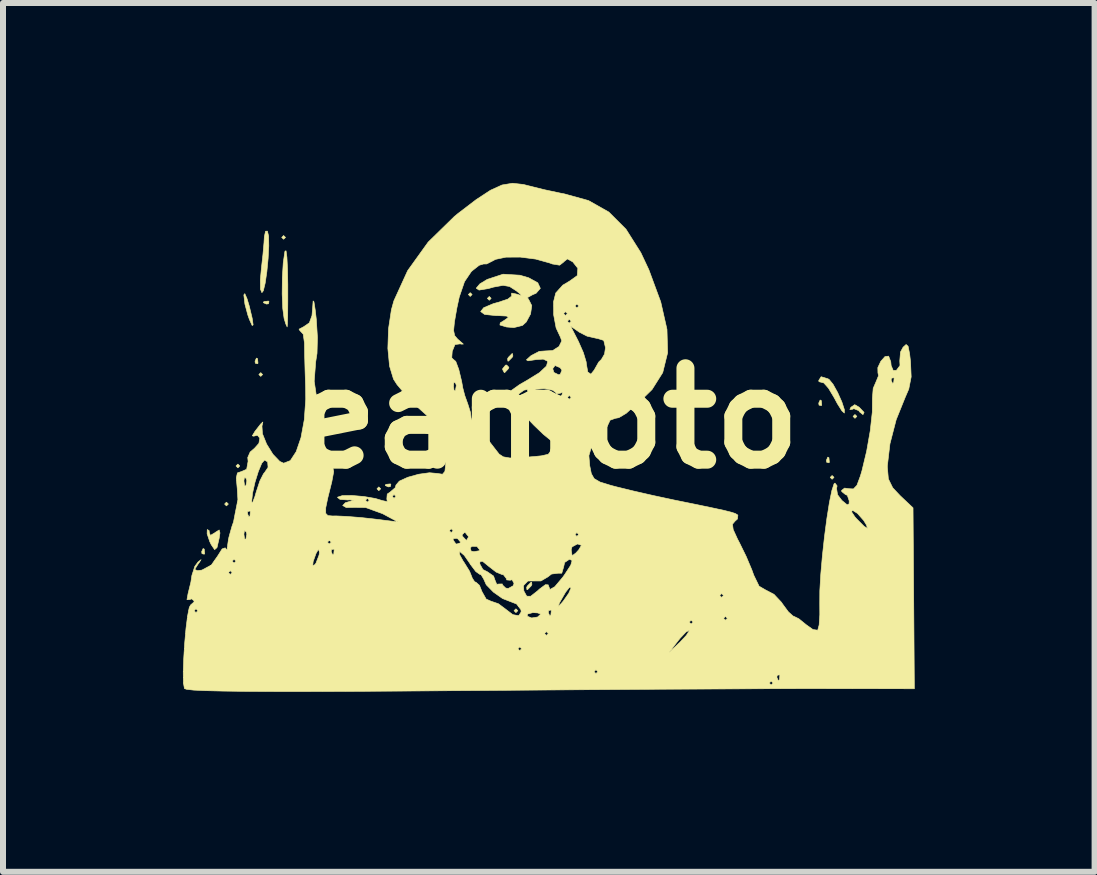
<source format=kicad_pcb>
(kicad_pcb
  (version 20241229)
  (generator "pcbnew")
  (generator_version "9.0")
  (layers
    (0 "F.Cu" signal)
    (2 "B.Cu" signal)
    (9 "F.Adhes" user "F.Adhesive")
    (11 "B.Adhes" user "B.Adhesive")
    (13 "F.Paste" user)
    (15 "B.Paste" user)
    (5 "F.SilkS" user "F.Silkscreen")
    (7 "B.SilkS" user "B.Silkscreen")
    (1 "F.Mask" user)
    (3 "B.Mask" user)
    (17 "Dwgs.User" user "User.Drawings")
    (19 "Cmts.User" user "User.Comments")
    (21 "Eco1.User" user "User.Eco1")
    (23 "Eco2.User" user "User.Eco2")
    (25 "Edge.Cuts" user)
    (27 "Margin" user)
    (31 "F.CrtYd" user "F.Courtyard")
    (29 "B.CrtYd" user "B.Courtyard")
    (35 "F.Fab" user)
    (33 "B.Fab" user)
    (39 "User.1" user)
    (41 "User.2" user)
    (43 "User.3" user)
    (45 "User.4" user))
  (footprint "eamoto"
    (layer "F.Cu")
    (at 6.091 3.924)
    (property "Reference" "eamoto" (at 0 0 0) (layer "F.SilkS") (effects (font (size 1.524 1.524) (thickness 0.3))))
    (attr through_hole)
    (fp_poly (pts (xy -5.334 1.429) (xy -5.366 1.46) (xy -5.397 1.429) (xy -5.366 1.397) (xy -5.334 1.429)) (stroke (width 0.01) (type solid)) (fill yes) (layer "F.SilkS"))
    (fp_poly (pts (xy -5.144 0.794) (xy -5.175 0.826) (xy -5.207 0.794) (xy -5.175 0.762) (xy -5.144 0.794)) (stroke (width 0.01) (type solid)) (fill yes) (layer "F.SilkS"))
    (fp_poly (pts (xy -4.763 -0.73) (xy -4.794 -0.699) (xy -4.826 -0.73) (xy -4.794 -0.762) (xy -4.763 -0.73)) (stroke (width 0.01) (type solid)) (fill yes) (layer "F.SilkS"))
    (fp_poly (pts (xy -4.381 -3.016) (xy -4.413 -2.985) (xy -4.445 -3.016) (xy -4.413 -3.048) (xy -4.381 -3.016)) (stroke (width 0.01) (type solid)) (fill yes) (layer "F.SilkS"))
    (fp_poly (pts (xy -2.794 1.175) (xy -2.826 1.206) (xy -2.857 1.175) (xy -2.826 1.143) (xy -2.794 1.175)) (stroke (width 0.01) (type solid)) (fill yes) (layer "F.SilkS"))
    (fp_poly (pts (xy -1.27 -2.064) (xy -1.302 -2.032) (xy -1.333 -2.064) (xy -1.302 -2.095) (xy -1.27 -2.064)) (stroke (width 0.01) (type solid)) (fill yes) (layer "F.SilkS"))
    (fp_poly (pts (xy -1.143 0.032) (xy -1.175 0.064) (xy -1.206 0.032) (xy -1.175 0) (xy -1.143 0.032)) (stroke (width 0.01) (type solid)) (fill yes) (layer "F.SilkS"))
    (fp_poly (pts (xy -0.953 -2) (xy -0.984 -1.968) (xy -1.016 -2) (xy -0.984 -2.032) (xy -0.953 -2)) (stroke (width 0.01) (type solid)) (fill yes) (layer "F.SilkS"))
    (fp_poly (pts (xy -0.508 0.54) (xy -0.54 0.572) (xy -0.572 0.54) (xy -0.54 0.508) (xy -0.508 0.54)) (stroke (width 0.01) (type solid)) (fill yes) (layer "F.SilkS"))
    (fp_poly (pts (xy -0.508 3.207) (xy -0.54 3.239) (xy -0.572 3.207) (xy -0.54 3.175) (xy -0.508 3.207)) (stroke (width 0.01) (type solid)) (fill yes) (layer "F.SilkS"))
    (fp_poly (pts (xy 4.763 0.984) (xy 4.731 1.016) (xy 4.699 0.984) (xy 4.731 0.953) (xy 4.763 0.984)) (stroke (width 0.01) (type solid)) (fill yes) (layer "F.SilkS"))
    (fp_poly (pts (xy 5.144 -0.032) (xy 5.112 0) (xy 5.08 -0.032) (xy 5.112 -0.064) (xy 5.144 -0.032)) (stroke (width 0.01) (type solid)) (fill yes) (layer "F.SilkS"))
    (fp_poly (pts (xy -5.736 2.18) (xy -5.729 2.256) (xy -5.736 2.265) (xy -5.774 2.256) (xy -5.779 2.223) (xy -5.755 2.17) (xy -5.736 2.18)) (stroke (width 0.01) (type solid)) (fill yes) (layer "F.SilkS"))
    (fp_poly (pts (xy -4.847 -0.995) (xy -4.84 -0.919) (xy -4.847 -0.91) (xy -4.885 -0.919) (xy -4.889 -0.953) (xy -4.866 -1.005) (xy -4.847 -0.995)) (stroke (width 0.01) (type solid)) (fill yes) (layer "F.SilkS"))
    (fp_poly (pts (xy -4.657 -1.947) (xy -4.665 -1.91) (xy -4.699 -1.905) (xy -4.751 -1.928) (xy -4.741 -1.947) (xy -4.666 -1.955) (xy -4.657 -1.947)) (stroke (width 0.01) (type solid)) (fill yes) (layer "F.SilkS"))
    (fp_poly (pts (xy -2.625 1.101) (xy -2.633 1.138) (xy -2.667 1.143) (xy -2.719 1.12) (xy -2.709 1.101) (xy -2.634 1.093) (xy -2.625 1.101)) (stroke (width 0.01) (type solid)) (fill yes) (layer "F.SilkS"))
    (fp_poly (pts (xy 4.551 -0.296) (xy 4.558 -0.221) (xy 4.551 -0.212) (xy 4.513 -0.22) (xy 4.508 -0.254) (xy 4.532 -0.306) (xy 4.551 -0.296)) (stroke (width 0.01) (type solid)) (fill yes) (layer "F.SilkS"))
    (fp_poly (pts (xy 4.678 0.656) (xy 4.685 0.732) (xy 4.678 0.741) (xy 4.64 0.732) (xy 4.636 0.699) (xy 4.659 0.646) (xy 4.678 0.656)) (stroke (width 0.01) (type solid)) (fill yes) (layer "F.SilkS"))
    (fp_poly (pts (xy -0.657 -0.85) (xy -0.667 -0.826) (xy -0.724 -0.765) (xy -0.734 -0.762) (xy -0.761 -0.811) (xy -0.762 -0.826) (xy -0.713 -0.887) (xy -0.695 -0.889) (xy -0.657 -0.85)) (stroke (width 0.01) (type solid)) (fill yes) (layer "F.SilkS"))
    (fp_poly (pts (xy -0.591 -1.038) (xy -0.603 -1.016) (xy -0.663 -0.955) (xy -0.674 -0.953) (xy -0.679 -0.994) (xy -0.667 -1.016) (xy -0.607 -1.077) (xy -0.596 -1.079) (xy -0.591 -1.038)) (stroke (width 0.01) (type solid)) (fill yes) (layer "F.SilkS"))
    (fp_poly (pts (xy -0.274 2.772) (xy -0.286 2.794) (xy -0.346 2.855) (xy -0.357 2.857) (xy -0.361 2.816) (xy -0.349 2.794) (xy -0.289 2.733) (xy -0.278 2.731) (xy -0.274 2.772)) (stroke (width 0.01) (type solid)) (fill yes) (layer "F.SilkS"))
    (fp_poly (pts (xy -5.023 -1.995) (xy -4.986 -1.873) (xy -4.937 -1.669) (xy -4.921 -1.558) (xy -4.937 -1.547) (xy -4.983 -1.648) (xy -5.009 -1.721) (xy -5.058 -1.904) (xy -5.076 -2.057) (xy -5.06 -2.079) (xy -5.023 -1.995)) (stroke (width 0.01) (type solid)) (fill yes) (layer "F.SilkS"))
    (fp_poly (pts (xy 5.181 -0.186) (xy 5.264 -0.099) (xy 5.247 -0.064) (xy 5.242 -0.064) (xy 5.188 -0.108) (xy 5.175 -0.128) (xy 5.095 -0.161) (xy 5.066 -0.15) (xy 5.027 -0.147) (xy 5.044 -0.184) (xy 5.108 -0.228) (xy 5.181 -0.186)) (stroke (width 0.01) (type solid)) (fill yes) (layer "F.SilkS"))
    (fp_poly (pts (xy -5.655 1.871) (xy -5.652 1.902) (xy -5.634 1.952) (xy -5.561 1.909) (xy -5.553 1.902) (xy -5.487 1.861) (xy -5.474 1.911) (xy -5.487 1.998) (xy -5.523 2.154) (xy -5.563 2.189) (xy -5.619 2.107) (xy -5.644 2.056) (xy -5.688 1.925) (xy -5.686 1.854) (xy -5.655 1.871)) (stroke (width 0.01) (type solid)) (fill yes) (layer "F.SilkS"))
    (fp_poly (pts (xy -4.663 -3.038) (xy -4.66 -2.874) (xy -4.671 -2.665) (xy -4.692 -2.446) (xy -4.72 -2.255) (xy -4.751 -2.127) (xy -4.775 -2.095) (xy -4.799 -2.153) (xy -4.801 -2.308) (xy -4.784 -2.492) (xy -4.758 -2.727) (xy -4.74 -2.927) (xy -4.734 -3.029) (xy -4.714 -3.119) (xy -4.683 -3.121) (xy -4.663 -3.038)) (stroke (width 0.01) (type solid)) (fill yes) (layer "F.SilkS"))
    (fp_poly (pts (xy -4.358 -2.687) (xy -4.348 -2.492) (xy -4.343 -2.233) (xy -4.343 -1.95) (xy -4.345 -1.721) (xy -4.349 -1.571) (xy -4.354 -1.524) (xy -4.378 -1.577) (xy -4.405 -1.667) (xy -4.427 -1.831) (xy -4.437 -2.072) (xy -4.434 -2.342) (xy -4.419 -2.592) (xy -4.393 -2.773) (xy -4.389 -2.789) (xy -4.372 -2.792) (xy -4.358 -2.687)) (stroke (width 0.01) (type solid)) (fill yes) (layer "F.SilkS"))
    (fp_poly (pts (xy 4.66 -0.66) (xy 4.681 -0.648) (xy 4.746 -0.569) (xy 4.824 -0.429) (xy 4.894 -0.272) (xy 4.936 -0.143) (xy 4.935 -0.088) (xy 4.895 -0.124) (xy 4.819 -0.244) (xy 4.764 -0.347) (xy 4.671 -0.502) (xy 4.593 -0.59) (xy 4.563 -0.598) (xy 4.512 -0.611) (xy 4.508 -0.631) (xy 4.548 -0.694) (xy 4.66 -0.66)) (stroke (width 0.01) (type solid)) (fill yes) (layer "F.SilkS"))
    (fp_poly (pts (xy -0.473 -2.386) (xy -0.327 -2.343) (xy -0.176 -2.26) (xy -0.133 -2.167) (xy -0.204 -2.085) (xy -0.262 -2.061) (xy -0.348 -2.013) (xy -0.322 -1.971) (xy -0.276 -1.879) (xy -0.296 -1.74) (xy -0.368 -1.606) (xy -0.432 -1.548) (xy -0.575 -1.513) (xy -0.699 -1.523) (xy -0.807 -1.556) (xy -0.801 -1.592) (xy -0.73 -1.636) (xy -0.667 -1.682) (xy -0.695 -1.705) (xy -0.829 -1.712) (xy -0.878 -1.713) (xy -1.062 -1.732) (xy -1.128 -1.78) (xy -1.078 -1.844) (xy -0.916 -1.912) (xy -0.832 -1.935) (xy -0.676 -1.987) (xy -0.609 -2.039) (xy -0.614 -2.058) (xy -0.611 -2.088) (xy -0.54 -2.074) (xy -0.452 -2.048) (xy -0.467 -2.072) (xy -0.536 -2.127) (xy -0.646 -2.198) (xy -0.755 -2.217) (xy -0.913 -2.188) (xy -1.001 -2.163) (xy -1.155 -2.138) (xy -1.202 -2.169) (xy -1.142 -2.241) (xy -1.019 -2.316) (xy -0.754 -2.403) (xy -0.473 -2.386)) (stroke (width 0.01) (type solid)) (fill yes) (layer "F.SilkS"))
    (fp_poly (pts (xy -0.416 -3.899) (xy -0.325 -3.876) (xy -0.068 -3.812) (xy 0.204 -3.754) (xy 0.263 -3.743) (xy 0.669 -3.631) (xy 1.009 -3.439) (xy 1.295 -3.153) (xy 1.542 -2.762) (xy 1.676 -2.477) (xy 1.874 -1.941) (xy 1.978 -1.483) (xy 1.989 -1.094) (xy 1.907 -0.762) (xy 1.729 -0.48) (xy 1.574 -0.328) (xy 1.427 -0.201) (xy 1.312 -0.096) (xy 1.299 -0.084) (xy 1.176 -0.011) (xy 1.116 0) (xy 1.028 0.032) (xy 1.016 0.061) (xy 0.977 0.143) (xy 0.88 0.276) (xy 0.833 0.331) (xy 0.716 0.485) (xy 0.676 0.622) (xy 0.69 0.788) (xy 0.717 0.922) (xy 0.764 1.005) (xy 0.862 1.062) (xy 1.04 1.117) (xy 1.143 1.144) (xy 1.413 1.21) (xy 1.741 1.285) (xy 2.062 1.354) (xy 2.095 1.361) (xy 2.474 1.438) (xy 2.746 1.495) (xy 2.931 1.535) (xy 3.047 1.564) (xy 3.113 1.585) (xy 3.147 1.604) (xy 3.16 1.615) (xy 3.153 1.678) (xy 3.113 1.714) (xy 3.07 1.765) (xy 3.082 1.854) (xy 3.154 2.012) (xy 3.187 2.075) (xy 3.298 2.301) (xy 3.393 2.526) (xy 3.425 2.615) (xy 3.514 2.798) (xy 3.636 2.869) (xy 3.638 2.869) (xy 3.762 2.934) (xy 3.887 3.067) (xy 3.904 3.093) (xy 4.002 3.226) (xy 4.08 3.296) (xy 4.092 3.3) (xy 4.176 3.341) (xy 4.296 3.438) (xy 4.298 3.44) (xy 4.412 3.521) (xy 4.49 3.532) (xy 4.492 3.529) (xy 4.515 3.445) (xy 4.526 3.274) (xy 4.525 3.09) (xy 4.526 2.876) (xy 4.542 2.601) (xy 4.569 2.292) (xy 4.604 1.972) (xy 4.644 1.667) (xy 4.662 1.555) (xy 5.053 1.555) (xy 5.11 1.641) (xy 5.139 1.674) (xy 5.264 1.8) (xy 5.321 1.835) (xy 5.304 1.779) (xy 5.257 1.702) (xy 5.154 1.585) (xy 5.075 1.535) (xy 5.053 1.555) (xy 4.662 1.555) (xy 4.686 1.402) (xy 4.727 1.203) (xy 4.763 1.093) (xy 4.778 1.079) (xy 4.814 1.126) (xy 4.805 1.169) (xy 4.822 1.274) (xy 4.894 1.369) (xy 4.983 1.442) (xy 5.014 1.426) (xy 5.016 1.375) (xy 4.985 1.284) (xy 4.953 1.27) (xy 4.892 1.221) (xy 4.889 1.202) (xy 4.939 1.163) (xy 5.011 1.173) (xy 5.087 1.177) (xy 5.145 1.116) (xy 5.202 0.963) (xy 5.228 0.876) (xy 5.307 0.547) (xy 5.367 0.206) (xy 5.401 -0.104) (xy 5.403 -0.337) (xy 5.416 -0.5) (xy 5.461 -0.604) (xy 5.474 -0.635) (xy 5.715 -0.635) (xy 5.738 -0.583) (xy 5.757 -0.593) (xy 5.765 -0.668) (xy 5.757 -0.677) (xy 5.72 -0.669) (xy 5.715 -0.635) (xy 5.474 -0.635) (xy 5.505 -0.711) (xy 5.495 -0.759) (xy 5.493 -0.845) (xy 5.543 -0.951) (xy 5.613 -1.03) (xy 5.673 -1.037) (xy 5.709 -0.944) (xy 5.715 -0.88) (xy 5.75 -0.798) (xy 5.803 -0.8) (xy 5.863 -0.881) (xy 5.859 -0.957) (xy 5.871 -1.105) (xy 5.914 -1.185) (xy 5.965 -1.231) (xy 5.998 -1.201) (xy 6.023 -1.076) (xy 6.038 -0.947) (xy 6.049 -0.691) (xy 6.009 -0.488) (xy 5.949 -0.349) (xy 5.799 0.023) (xy 5.695 0.425) (xy 5.652 0.793) (xy 5.652 0.814) (xy 5.669 1.01) (xy 5.741 1.157) (xy 5.866 1.29) (xy 6.08 1.492) (xy 6.091 3) (xy 6.102 4.508) (xy 4.528 4.506) (xy 4.19 4.506) (xy 3.74 4.507) (xy 3.194 4.51) (xy 2.568 4.513) (xy 1.876 4.516) (xy 1.135 4.521) (xy 0.359 4.526) (xy -0.436 4.532) (xy -1.234 4.538) (xy -1.535 4.54) (xy -2.468 4.547) (xy -3.28 4.552) (xy -3.976 4.554) (xy -4.562 4.554) (xy -5.043 4.552) (xy -5.424 4.547) (xy -5.712 4.54) (xy -5.911 4.531) (xy -6.028 4.518) (xy -6.066 4.505) (xy -6.083 4.413) (xy 3.683 4.413) (xy 3.715 4.445) (xy 3.747 4.413) (xy 3.715 4.381) (xy 3.683 4.413) (xy -6.083 4.413) (xy -6.083 4.413) (xy -6.085 4.318) (xy 3.81 4.318) (xy 3.833 4.37) (xy 3.852 4.36) (xy 3.86 4.285) (xy 3.852 4.276) (xy 3.815 4.284) (xy 3.81 4.318) (xy -6.085 4.318) (xy -6.086 4.235) (xy -6.086 4.223) (xy 0.762 4.223) (xy 0.794 4.255) (xy 0.826 4.223) (xy 0.794 4.191) (xy 0.762 4.223) (xy -6.086 4.223) (xy -6.078 4.003) (xy -6.072 3.905) (xy 2.011 3.905) (xy 2.193 3.733) (xy 2.301 3.618) (xy 2.348 3.544) (xy 2.346 3.535) (xy 2.294 3.563) (xy 2.198 3.665) (xy 2.164 3.707) (xy 2.011 3.905) (xy -6.072 3.905) (xy -6.068 3.842) (xy -0.508 3.842) (xy -0.476 3.873) (xy -0.445 3.842) (xy -0.476 3.81) (xy -0.508 3.842) (xy -6.068 3.842) (xy -6.062 3.747) (xy -6.048 3.588) (xy -0.064 3.588) (xy -0.032 3.619) (xy 0 3.588) (xy -0.032 3.556) (xy -0.064 3.588) (xy -6.048 3.588) (xy -6.04 3.499) (xy -6.027 3.397) (xy 2.349 3.397) (xy 2.381 3.429) (xy 2.413 3.397) (xy 2.381 3.365) (xy 2.349 3.397) (xy -6.027 3.397) (xy -6.019 3.334) (xy 2.921 3.334) (xy 2.953 3.365) (xy 2.985 3.334) (xy 2.953 3.302) (xy 2.921 3.334) (xy -6.019 3.334) (xy -6.015 3.299) (xy -0.351 3.299) (xy -0.278 3.328) (xy -0.178 3.312) (xy -0.127 3.264) (xy -0.127 3.263) (xy -0.181 3.243) (xy -0.258 3.239) (xy 0 3.239) (xy 0.023 3.291) (xy 0.042 3.281) (xy 0.05 3.205) (xy 0.042 3.196) (xy 0.005 3.205) (xy 0 3.239) (xy -0.258 3.239) (xy -0.346 3.262) (xy -0.351 3.299) (xy -6.015 3.299) (xy -6.013 3.29) (xy -5.997 3.207) (xy -5.905 3.207) (xy -5.874 3.239) (xy -5.842 3.207) (xy -5.874 3.175) (xy -5.905 3.207) (xy -5.997 3.207) (xy -5.985 3.151) (xy -5.963 3.111) (xy -5.908 3.063) (xy -5.905 3.044) (xy -5.946 3.009) (xy -5.979 3.022) (xy -6.024 3.023) (xy -6.006 2.922) (xy -6.004 2.915) (xy -5.959 2.731) (xy -5.942 2.618) (xy -5.927 2.572) (xy -5.334 2.572) (xy -5.302 2.603) (xy -5.271 2.572) (xy -5.302 2.54) (xy -5.334 2.572) (xy -5.927 2.572) (xy -5.893 2.467) (xy -5.84 2.395) (xy -5.789 2.355) (xy -5.818 2.403) (xy -5.842 2.435) (xy -5.895 2.519) (xy -5.85 2.539) (xy -5.775 2.53) (xy -5.641 2.458) (xy -3.927 2.458) (xy -3.892 2.439) (xy -3.873 2.413) (xy -3.821 2.277) (xy -3.815 2.223) (xy -3.619 2.223) (xy -3.596 2.275) (xy -3.581 2.267) (xy -1.482 2.267) (xy -1.422 2.376) (xy -1.401 2.407) (xy -1.313 2.549) (xy -1.271 2.653) (xy -1.27 2.661) (xy -1.226 2.727) (xy -1.208 2.731) (xy -1.148 2.784) (xy -1.106 2.889) (xy -1.036 3.013) (xy -0.957 3.048) (xy -0.832 3.091) (xy -0.725 3.171) (xy -0.593 3.272) (xy -0.494 3.291) (xy -0.453 3.228) (xy -0.456 3.191) (xy -0.498 3.136) (xy 0.164 3.136) (xy 0.215 3.087) (xy 0.248 3.048) (xy 0.315 2.953) (xy 2.857 2.953) (xy 2.889 2.985) (xy 2.921 2.953) (xy 2.889 2.921) (xy 2.857 2.953) (xy 0.315 2.953) (xy 0.339 2.919) (xy 0.379 2.827) (xy 0.379 2.826) (xy 0.354 2.814) (xy 0.288 2.898) (xy 0.194 3.061) (xy 0.184 3.08) (xy 0.164 3.136) (xy -0.498 3.136) (xy -0.529 3.095) (xy -0.622 3.059) (xy -0.763 3.004) (xy -0.915 2.897) (xy -1.035 2.774) (xy -1.079 2.676) (xy -1.121 2.607) (xy -1.139 2.603) (xy -1.209 2.554) (xy -1.3 2.433) (xy -1.304 2.426) (xy -1.143 2.426) (xy -1.09 2.521) (xy -1.016 2.558) (xy -0.913 2.629) (xy -0.889 2.697) (xy -0.86 2.767) (xy -0.826 2.762) (xy -0.767 2.761) (xy -0.762 2.78) (xy -0.71 2.83) (xy -0.667 2.836) (xy -0.582 2.789) (xy -0.582 2.788) (xy -0.415 2.788) (xy -0.408 2.878) (xy -0.36 2.965) (xy -0.294 2.966) (xy -0.179 2.876) (xy -0.147 2.846) (xy -0.048 2.773) (xy -0.001 2.776) (xy 0 2.783) (xy 0.027 2.853) (xy 0.107 2.808) (xy 0.239 2.651) (xy 0.274 2.602) (xy 0.374 2.448) (xy 0.397 2.37) (xy 0.353 2.349) (xy 0.272 2.403) (xy 0.254 2.483) (xy 0.224 2.582) (xy 0.163 2.582) (xy 0.053 2.596) (xy -0.007 2.643) (xy -0.123 2.711) (xy -0.195 2.711) (xy -0.34 2.712) (xy -0.415 2.788) (xy -0.582 2.788) (xy -0.572 2.748) (xy -0.605 2.691) (xy -0.635 2.699) (xy -0.694 2.694) (xy -0.699 2.671) (xy -0.748 2.608) (xy -0.774 2.603) (xy -0.87 2.563) (xy -0.995 2.466) (xy -0.996 2.465) (xy -1.098 2.382) (xy -1.139 2.39) (xy -1.143 2.426) (xy -1.304 2.426) (xy -1.312 2.413) (xy -1.401 2.285) (xy -1.472 2.224) (xy -1.479 2.223) (xy -1.482 2.267) (xy -3.581 2.267) (xy -3.577 2.265) (xy -3.57 2.189) (xy -3.577 2.18) (xy -3.615 2.189) (xy -3.619 2.223) (xy -3.815 2.223) (xy -3.834 2.185) (xy -3.873 2.254) (xy -3.921 2.389) (xy -3.927 2.458) (xy -5.641 2.458) (xy -5.618 2.446) (xy -5.573 2.381) (xy -5.271 2.381) (xy -5.239 2.413) (xy -5.207 2.381) (xy -5.239 2.349) (xy -5.271 2.381) (xy -5.573 2.381) (xy -5.515 2.299) (xy -5.438 2.177) (xy -5.386 2.159) (xy -5.379 2.172) (xy -5.355 2.189) (xy -5.351 2.158) (xy -1.301 2.158) (xy -1.287 2.213) (xy -1.242 2.223) (xy -1.155 2.208) (xy -1.143 2.194) (xy -1.146 2.191) (xy 0.381 2.191) (xy 0.394 2.275) (xy 0.405 2.286) (xy 0.46 2.244) (xy 0.508 2.191) (xy 0.552 2.116) (xy 0.494 2.096) (xy 0.484 2.095) (xy 0.395 2.143) (xy 0.381 2.191) (xy -1.146 2.191) (xy -1.19 2.135) (xy -1.273 2.134) (xy -1.301 2.158) (xy -5.351 2.158) (xy -5.348 2.127) (xy -5.339 2.064) (xy -3.683 2.064) (xy -3.651 2.095) (xy -3.619 2.064) (xy -3.651 2.032) (xy -3.683 2.064) (xy -5.339 2.064) (xy -5.333 2.028) (xy -1.587 2.028) (xy -1.541 2.093) (xy -1.524 2.095) (xy -1.462 2.074) (xy -1.46 2.067) (xy -1.505 2.013) (xy -1.524 2) (xy -1.583 2.005) (xy -1.587 2.028) (xy -5.333 2.028) (xy -5.327 1.991) (xy -5.311 1.931) (xy -5.075 1.931) (xy -5.063 2.014) (xy -5.042 2.015) (xy -5.029 1.944) (xy -1.439 1.944) (xy -1.429 1.968) (xy -1.372 2.029) (xy -1.362 2.032) (xy -1.334 1.983) (xy -1.333 1.968) (xy -1.359 1.937) (xy 0.445 1.937) (xy 0.476 1.968) (xy 0.508 1.937) (xy 0.476 1.905) (xy 0.445 1.937) (xy -1.359 1.937) (xy -1.382 1.907) (xy -1.401 1.905) (xy -1.439 1.944) (xy -5.029 1.944) (xy -5.026 1.93) (xy -5.037 1.893) (xy -5.06 1.873) (xy -1.651 1.873) (xy -1.619 1.905) (xy -1.587 1.873) (xy -1.619 1.841) (xy -1.651 1.873) (xy -5.06 1.873) (xy -5.065 1.869) (xy -5.075 1.931) (xy -5.311 1.931) (xy -5.274 1.8) (xy -5.248 1.727) (xy -5.221 1.587) (xy -5.016 1.587) (xy -4.993 1.64) (xy -4.974 1.63) (xy -4.967 1.554) (xy -4.974 1.545) (xy -5.012 1.554) (xy -5.016 1.587) (xy -5.221 1.587) (xy -5.182 1.391) (xy -4.946 1.391) (xy -4.946 1.397) (xy -4.929 1.401) (xy -4.892 1.305) (xy -4.867 1.22) (xy -4.809 1.044) (xy -4.748 0.924) (xy -4.729 0.902) (xy -4.672 0.817) (xy -4.679 0.727) (xy -4.73 0.695) (xy -4.777 0.748) (xy -4.834 0.885) (xy -4.89 1.065) (xy -4.931 1.248) (xy -4.946 1.391) (xy -5.182 1.391) (xy -5.175 1.355) (xy -5.186 1.171) (xy -5.198 1.042) (xy -5.075 1.042) (xy -5.063 1.125) (xy -5.042 1.126) (xy -5.026 1.041) (xy -5.037 1.004) (xy -5.065 0.98) (xy -5.075 1.042) (xy -5.198 1.042) (xy -5.202 0.994) (xy -5.183 0.91) (xy -5.122 0.889) (xy -5.12 0.889) (xy -5.029 0.849) (xy -5.005 0.717) (xy -5.011 0.653) (xy -4.971 0.562) (xy -4.898 0.499) (xy -4.825 0.417) (xy -4.81 0.33) (xy -4.849 0.282) (xy -4.912 0.298) (xy -4.935 0.291) (xy -4.892 0.219) (xy -4.795 0.094) (xy -4.759 0.061) (xy -4.768 0.108) (xy -4.774 0.127) (xy -4.766 0.257) (xy -4.696 0.43) (xy -4.591 0.599) (xy -4.477 0.718) (xy -4.413 0.748) (xy -4.301 0.705) (xy -4.203 0.555) (xy -4.123 0.321) (xy -4.068 0.023) (xy -4.044 -0.318) (xy -4.046 -0.508) (xy -4.055 -0.786) (xy -4.062 -1.041) (xy -4.065 -1.225) (xy -4.065 -1.254) (xy -4.086 -1.403) (xy -4.143 -1.464) (xy -4.143 -1.465) (xy -4.156 -1.486) (xy -4.08 -1.526) (xy -3.984 -1.592) (xy -3.94 -1.713) (xy -3.928 -1.855) (xy -3.921 -1.957) (xy -3.907 -1.942) (xy -3.886 -1.806) (xy -3.868 -1.651) (xy -3.849 -1.347) (xy -3.856 -1.083) (xy -3.878 -0.943) (xy -3.903 -0.619) (xy -3.868 -0.383) (xy -3.831 -0.132) (xy -3.821 0.121) (xy -3.826 0.211) (xy -3.829 0.41) (xy -3.773 0.554) (xy -3.701 0.643) (xy -3.603 0.769) (xy -3.578 0.889) (xy -3.609 1.056) (xy -3.676 1.324) (xy -3.711 1.492) (xy -3.711 1.584) (xy -3.675 1.621) (xy -3.598 1.628) (xy -3.539 1.627) (xy -3.365 1.635) (xy -3.124 1.654) (xy -2.921 1.676) (xy -2.508 1.727) (xy -2.762 1.59) (xy -3.045 1.487) (xy -3.223 1.485) (xy -3.369 1.487) (xy -3.428 1.454) (xy -3.384 1.407) (xy -3.286 1.378) (xy -3.249 1.365) (xy -3.048 1.365) (xy -3.016 1.397) (xy -2.985 1.365) (xy -3.016 1.333) (xy -3.048 1.365) (xy -3.249 1.365) (xy -3.242 1.363) (xy -3.313 1.359) (xy -3.345 1.361) (xy -3.472 1.352) (xy -3.514 1.319) (xy -3.512 1.314) (xy -3.434 1.288) (xy -3.274 1.286) (xy -3.076 1.303) (xy -2.884 1.336) (xy -2.768 1.371) (xy -2.684 1.389) (xy -2.692 1.344) (xy -2.689 1.302) (xy -2.603 1.302) (xy -2.572 1.333) (xy -2.54 1.302) (xy -2.572 1.27) (xy -2.603 1.302) (xy -2.689 1.302) (xy -2.685 1.262) (xy -2.639 1.231) (xy -2.552 1.156) (xy -2.54 1.113) (xy -2.484 1.047) (xy -2.344 0.983) (xy -2.162 0.932) (xy -1.981 0.907) (xy -1.848 0.919) (xy -1.764 0.932) (xy -1.724 0.884) (xy -1.709 0.745) (xy -1.707 0.687) (xy -1.706 0.42) (xy -1.724 0.251) (xy -1.768 0.152) (xy -1.828 0.101) (xy -1.987 -0.014) (xy -2.18 -0.187) (xy -2.286 -0.296) (xy -2.074 -0.296) (xy -2.066 -0.259) (xy -2.032 -0.254) (xy -1.98 -0.277) (xy -1.99 -0.296) (xy -2.065 -0.304) (xy -2.074 -0.296) (xy -2.286 -0.296) (xy -2.37 -0.382) (xy -2.507 -0.545) (xy -1.582 -0.545) (xy -1.571 -0.463) (xy -1.549 -0.462) (xy -1.534 -0.547) (xy -1.544 -0.583) (xy -1.572 -0.607) (xy -1.582 -0.545) (xy -2.507 -0.545) (xy -2.521 -0.561) (xy -2.581 -0.654) (xy -2.647 -0.871) (xy -2.66 -1.009) (xy -1.61 -1.009) (xy -1.586 -0.985) (xy -1.543 -0.949) (xy -1.493 -0.816) (xy -1.445 -0.616) (xy -1.426 -0.508) (xy -1.393 -0.381) (xy -1.341 -0.236) (xy -1.296 -0.093) (xy -1.287 -0.005) (xy -1.256 0.071) (xy -1.162 0.188) (xy -1.143 0.207) (xy -0.998 0.367) (xy -0.878 0.522) (xy -0.819 0.597) (xy -0.75 0.642) (xy -0.642 0.661) (xy -0.47 0.657) (xy -0.205 0.634) (xy -0.116 0.625) (xy -0.001 0.599) (xy 0.027 0.563) (xy 0.048 0.503) (xy 0.079 0.484) (xy 0.112 0.435) (xy 0.041 0.367) (xy -0.084 0.265) (xy -0.241 0.114) (xy -0.404 -0.057) (xy -0.546 -0.219) (xy -0.641 -0.345) (xy -0.652 -0.369) (xy -0.508 -0.369) (xy -0.471 -0.327) (xy -0.395 -0.353) (xy -0.334 -0.427) (xy -0.254 -0.427) (xy -0.212 -0.36) (xy -0.107 -0.322) (xy 0.046 -0.322) (xy 0.157 -0.349) (xy 0.318 -0.349) (xy 0.349 -0.318) (xy 0.381 -0.349) (xy 0.349 -0.381) (xy 0.318 -0.349) (xy 0.157 -0.349) (xy 0.181 -0.355) (xy 0.228 -0.391) (xy 0.236 -0.434) (xy 0.2 -0.419) (xy 0.135 -0.408) (xy 0.127 -0.427) (xy 0.072 -0.469) (xy -0.062 -0.495) (xy -0.064 -0.496) (xy -0.212 -0.484) (xy -0.254 -0.427) (xy -0.334 -0.427) (xy -0.334 -0.427) (xy -0.332 -0.433) (xy -0.352 -0.48) (xy -0.407 -0.469) (xy -0.495 -0.405) (xy -0.508 -0.369) (xy -0.652 -0.369) (xy -0.667 -0.399) (xy -0.615 -0.465) (xy -0.481 -0.561) (xy -0.349 -0.637) (xy -0.147 -0.762) (xy -0.077 -0.828) (xy 0.073 -0.828) (xy 0.093 -0.765) (xy 0.173 -0.726) (xy 0.2 -0.736) (xy 0.227 -0.804) (xy 0.197 -0.844) (xy 0.112 -0.881) (xy 0.073 -0.828) (xy -0.077 -0.828) (xy -0.031 -0.871) (xy -0.009 -0.951) (xy -0.084 -0.987) (xy -0.204 -0.979) (xy -0.339 -0.959) (xy -0.365 -0.975) (xy -0.295 -1.039) (xy -0.286 -1.046) (xy -0.152 -1.116) (xy -0.058 -1.123) (xy 0.072 -1.13) (xy 0.178 -1.197) (xy 0.224 -1.291) (xy 0.203 -1.351) (xy 0.13 -1.507) (xy 0.124 -1.538) (xy 0.371 -1.538) (xy 0.503 -1.28) (xy 0.584 -1.096) (xy 0.631 -0.941) (xy 0.635 -0.902) (xy 0.658 -0.772) (xy 0.71 -0.736) (xy 0.768 -0.809) (xy 0.771 -0.816) (xy 0.84 -0.938) (xy 0.885 -0.982) (xy 0.937 -1.071) (xy 0.953 -1.178) (xy 0.924 -1.299) (xy 0.817 -1.333) (xy 0.808 -1.333) (xy 0.646 -1.37) (xy 0.517 -1.436) (xy 0.371 -1.538) (xy 0.124 -1.538) (xy 0.109 -1.619) (xy 0.318 -1.619) (xy 0.349 -1.587) (xy 0.381 -1.619) (xy 0.349 -1.651) (xy 0.318 -1.619) (xy 0.109 -1.619) (xy 0.089 -1.725) (xy 0.089 -1.746) (xy 0.254 -1.746) (xy 0.286 -1.714) (xy 0.318 -1.746) (xy 0.286 -1.778) (xy 0.254 -1.746) (xy 0.089 -1.746) (xy 0.088 -1.873) (xy 0.445 -1.873) (xy 0.476 -1.841) (xy 0.508 -1.873) (xy 0.476 -1.905) (xy 0.445 -1.873) (xy 0.088 -1.873) (xy 0.087 -1.943) (xy 0.124 -2.09) (xy 0.242 -2.221) (xy 0.353 -2.287) (xy 0.483 -2.38) (xy 0.492 -2.501) (xy 0.408 -2.608) (xy 0.318 -2.658) (xy 0.258 -2.61) (xy 0.255 -2.605) (xy 0.188 -2.553) (xy 0.067 -2.573) (xy 0.022 -2.59) (xy -0.211 -2.655) (xy -0.468 -2.688) (xy -0.706 -2.687) (xy -0.881 -2.65) (xy -0.917 -2.63) (xy -1.027 -2.574) (xy -1.081 -2.573) (xy -1.152 -2.552) (xy -1.265 -2.463) (xy -1.284 -2.446) (xy -1.397 -2.279) (xy -1.485 -2.022) (xy -1.524 -1.842) (xy -1.565 -1.607) (xy -1.579 -1.464) (xy -1.561 -1.379) (xy -1.511 -1.32) (xy -1.487 -1.3) (xy -1.417 -1.238) (xy -1.453 -1.237) (xy -1.468 -1.242) (xy -1.556 -1.23) (xy -1.602 -1.117) (xy -1.61 -1.009) (xy -2.66 -1.009) (xy -2.675 -1.165) (xy -2.664 -1.493) (xy -2.616 -1.81) (xy -2.575 -1.958) (xy -2.345 -2.462) (xy -2.003 -2.938) (xy -1.564 -3.367) (xy -1.508 -3.413) (xy -1.203 -3.646) (xy -0.965 -3.802) (xy -0.772 -3.89) (xy -0.597 -3.919) (xy -0.416 -3.899)) (stroke (width 0.01) (type solid)) (fill yes) (layer "F.SilkS")))
  (gr_rect
    (start -3 -3)
    (end 15.198 11.484)
    (stroke (width 0.1) (type default))
    (fill no)
    (layer "Edge.Cuts")))
</source>
